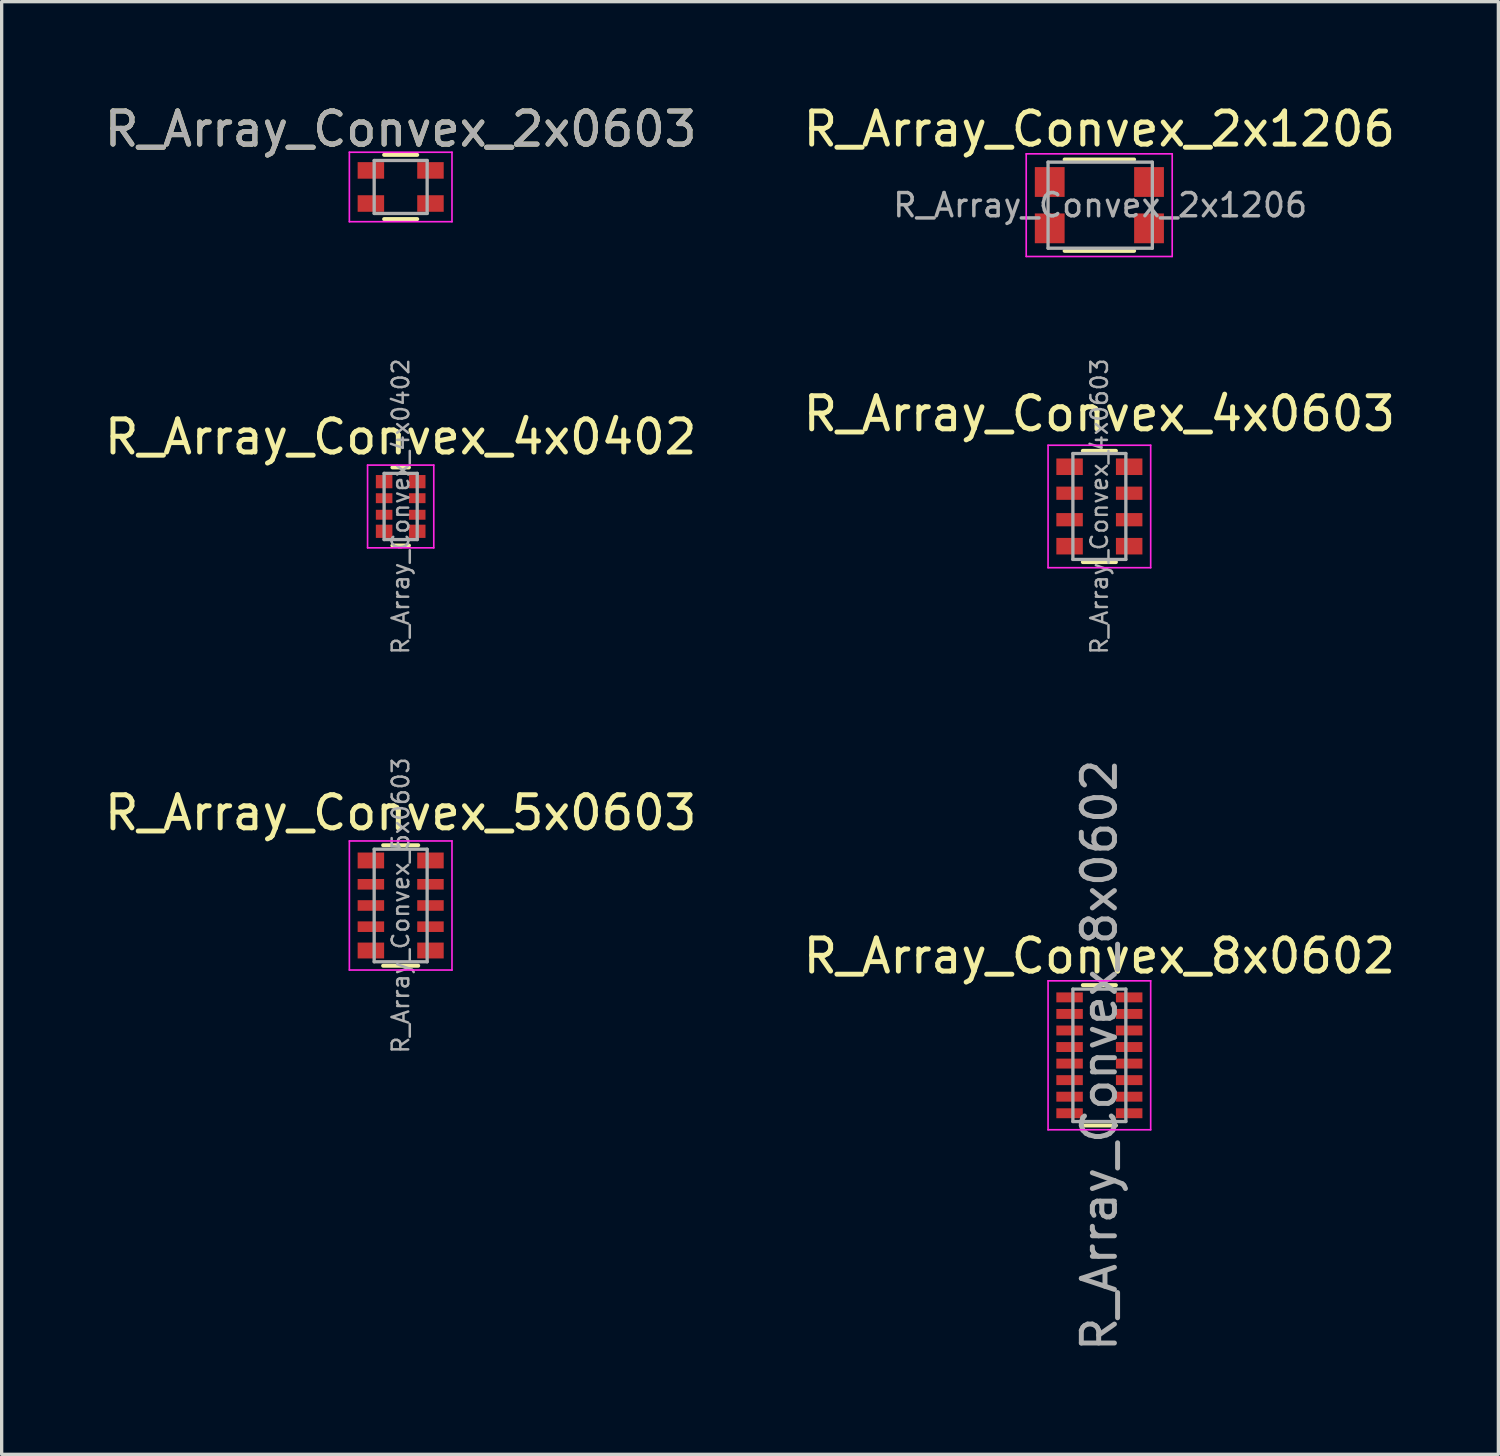
<source format=kicad_pcb>
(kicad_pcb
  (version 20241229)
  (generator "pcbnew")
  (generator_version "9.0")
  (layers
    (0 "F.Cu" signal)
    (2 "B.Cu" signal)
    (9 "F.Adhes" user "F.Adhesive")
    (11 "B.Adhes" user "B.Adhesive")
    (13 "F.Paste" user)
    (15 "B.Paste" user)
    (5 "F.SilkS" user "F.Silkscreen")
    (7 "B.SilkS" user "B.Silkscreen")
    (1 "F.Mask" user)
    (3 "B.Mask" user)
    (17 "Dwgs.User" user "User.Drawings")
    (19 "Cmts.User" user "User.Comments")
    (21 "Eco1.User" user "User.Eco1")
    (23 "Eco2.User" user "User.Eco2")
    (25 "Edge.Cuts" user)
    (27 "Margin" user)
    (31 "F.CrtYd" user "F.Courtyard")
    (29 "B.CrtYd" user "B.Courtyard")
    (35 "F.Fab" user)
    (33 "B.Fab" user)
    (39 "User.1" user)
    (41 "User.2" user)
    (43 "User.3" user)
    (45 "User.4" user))
  (footprint "R_Array_Convex_8x0602"
    (layer "F.Cu")
    (at 30.161 28.83)
    (property "Reference" "R_Array_Convex_8x0602" (at 0 -3 0) (layer "F.SilkS") (effects (font (size 1 1) (thickness 0.15))))
    (attr smd)
    (fp_line (start 0.5 -2.12) (end -0.5 -2.12) (stroke (width 0.12) (type solid)) (layer "F.SilkS"))
    (fp_line (start 0.5 2.12) (end -0.5 2.12) (stroke (width 0.12) (type solid)) (layer "F.SilkS"))
    (fp_line (start -1.55 -2.25) (end -1.55 2.25) (stroke (width 0.05) (type solid)) (layer "F.CrtYd"))
    (fp_line (start -1.55 -2.25) (end 1.55 -2.25) (stroke (width 0.05) (type solid)) (layer "F.CrtYd"))
    (fp_line (start 1.55 2.25) (end -1.55 2.25) (stroke (width 0.05) (type solid)) (layer "F.CrtYd"))
    (fp_line (start 1.55 2.25) (end 1.55 -2.25) (stroke (width 0.05) (type solid)) (layer "F.CrtYd"))
    (fp_line (start -0.8 -2) (end -0.8 2) (stroke (width 0.1) (type solid)) (layer "F.Fab"))
    (fp_line (start -0.8 2) (end 0.8 2) (stroke (width 0.1) (type solid)) (layer "F.Fab"))
    (fp_line (start 0.8 -2) (end -0.8 -2) (stroke (width 0.1) (type solid)) (layer "F.Fab"))
    (fp_line (start 0.8 2) (end 0.8 -2) (stroke (width 0.1) (type solid)) (layer "F.Fab"))
    (fp_text user "${REFERENCE}" (at 0 0 90) (layer "F.Fab") (effects (font (size 1 1) (thickness 0.15))))
    (pad "1" smd rect (at -0.9 -1.75) (size 0.8 0.3) (layers "F.Cu" "F.Mask" "F.Paste"))
    (pad "2" smd rect (at -0.9 -1.25) (size 0.8 0.3) (layers "F.Cu" "F.Mask" "F.Paste"))
    (pad "3" smd rect (at -0.9 -0.75) (size 0.8 0.3) (layers "F.Cu" "F.Mask" "F.Paste"))
    (pad "4" smd rect (at -0.9 -0.25) (size 0.8 0.3) (layers "F.Cu" "F.Mask" "F.Paste"))
    (pad "5" smd rect (at -0.9 0.25) (size 0.8 0.3) (layers "F.Cu" "F.Mask" "F.Paste"))
    (pad "6" smd rect (at -0.9 0.75) (size 0.8 0.3) (layers "F.Cu" "F.Mask" "F.Paste"))
    (pad "7" smd rect (at -0.9 1.25) (size 0.8 0.3) (layers "F.Cu" "F.Mask" "F.Paste"))
    (pad "8" smd rect (at -0.9 1.75) (size 0.8 0.3) (layers "F.Cu" "F.Mask" "F.Paste"))
    (pad "9" smd rect (at 0.9 1.75) (size 0.8 0.3) (layers "F.Cu" "F.Mask" "F.Paste"))
    (pad "10" smd rect (at 0.9 1.25) (size 0.8 0.3) (layers "F.Cu" "F.Mask" "F.Paste"))
    (pad "11" smd rect (at 0.9 0.75) (size 0.8 0.3) (layers "F.Cu" "F.Mask" "F.Paste"))
    (pad "12" smd rect (at 0.9 0.25) (size 0.8 0.3) (layers "F.Cu" "F.Mask" "F.Paste"))
    (pad "13" smd rect (at 0.9 -0.25) (size 0.8 0.3) (layers "F.Cu" "F.Mask" "F.Paste"))
    (pad "14" smd rect (at 0.9 -0.75) (size 0.8 0.3) (layers "F.Cu" "F.Mask" "F.Paste"))
    (pad "15" smd rect (at 0.9 -1.25) (size 0.8 0.3) (layers "F.Cu" "F.Mask" "F.Paste"))
    (pad "16" smd rect (at 0.9 -1.75) (size 0.8 0.3) (layers "F.Cu" "F.Mask" "F.Paste")))
  (footprint "R_Array_Convex_2x0603"
    (layer "F.Cu")
    (at 9.054 2.598)
    (property "Reference" "R_Array_Convex_2x0603" (at 0 -1.75 0) (layer "F.SilkS") (effects (font (size 1 1) (thickness 0.15))))
    (attr smd)
    (fp_line (start 0.5 -0.97) (end -0.5 -0.97) (stroke (width 0.12) (type solid)) (layer "F.SilkS"))
    (fp_line (start 0.5 0.97) (end -0.5 0.97) (stroke (width 0.12) (type solid)) (layer "F.SilkS"))
    (fp_line (start -1.55 -1.05) (end -1.55 1.05) (stroke (width 0.05) (type solid)) (layer "F.CrtYd"))
    (fp_line (start -1.55 -1.05) (end 1.55 -1.05) (stroke (width 0.05) (type solid)) (layer "F.CrtYd"))
    (fp_line (start 1.55 1.05) (end -1.55 1.05) (stroke (width 0.05) (type solid)) (layer "F.CrtYd"))
    (fp_line (start 1.55 1.05) (end 1.55 -1.05) (stroke (width 0.05) (type solid)) (layer "F.CrtYd"))
    (fp_line (start -0.8 -0.8) (end 0.8 -0.8) (stroke (width 0.1) (type solid)) (layer "F.Fab"))
    (fp_line (start -0.8 0.8) (end -0.8 -0.8) (stroke (width 0.1) (type solid)) (layer "F.Fab"))
    (fp_line (start 0.8 -0.8) (end 0.8 0.8) (stroke (width 0.1) (type solid)) (layer "F.Fab"))
    (fp_line (start 0.8 0.8) (end -0.8 0.8) (stroke (width 0.1) (type solid)) (layer "F.Fab"))
    (fp_text user "${REFERENCE}" (at 0 -1.75 0) (layer "F.Fab") (effects (font (size 1 1) (thickness 0.15))))
    (pad "1" smd rect (at -0.9 -0.5) (size 0.8 0.5) (layers "F.Cu" "F.Mask" "F.Paste"))
    (pad "2" smd rect (at -0.9 0.5) (size 0.8 0.5) (layers "F.Cu" "F.Mask" "F.Paste"))
    (pad "3" smd rect (at 0.9 0.5) (size 0.8 0.5) (layers "F.Cu" "F.Mask" "F.Paste"))
    (pad "4" smd rect (at 0.9 -0.5) (size 0.8 0.5) (layers "F.Cu" "F.Mask" "F.Paste")))
  (footprint "R_Array_Convex_4x0603"
    (layer "F.Cu")
    (at 30.161 12.25)
    (property "Reference" "R_Array_Convex_4x0603" (at 0 -2.8 0) (layer "F.SilkS") (effects (font (size 1 1) (thickness 0.15))))
    (attr smd)
    (fp_line (start 0.5 -1.68) (end -0.5 -1.68) (stroke (width 0.12) (type solid)) (layer "F.SilkS"))
    (fp_line (start 0.5 1.68) (end -0.5 1.68) (stroke (width 0.12) (type solid)) (layer "F.SilkS"))
    (fp_line (start -1.55 -1.85) (end -1.55 1.85) (stroke (width 0.05) (type solid)) (layer "F.CrtYd"))
    (fp_line (start -1.55 -1.85) (end 1.55 -1.85) (stroke (width 0.05) (type solid)) (layer "F.CrtYd"))
    (fp_line (start 1.55 1.85) (end -1.55 1.85) (stroke (width 0.05) (type solid)) (layer "F.CrtYd"))
    (fp_line (start 1.55 1.85) (end 1.55 -1.85) (stroke (width 0.05) (type solid)) (layer "F.CrtYd"))
    (fp_line (start -0.8 -1.6) (end 0.8 -1.6) (stroke (width 0.1) (type solid)) (layer "F.Fab"))
    (fp_line (start -0.8 1.6) (end -0.8 -1.6) (stroke (width 0.1) (type solid)) (layer "F.Fab"))
    (fp_line (start 0.8 -1.6) (end 0.8 1.6) (stroke (width 0.1) (type solid)) (layer "F.Fab"))
    (fp_line (start 0.8 1.6) (end -0.8 1.6) (stroke (width 0.1) (type solid)) (layer "F.Fab"))
    (fp_text user "${REFERENCE}" (at 0 0 90) (layer "F.Fab") (effects (font (size 0.5 0.5) (thickness 0.075))))
    (pad "1" smd rect (at -0.9 -1.2) (size 0.8 0.5) (layers "F.Cu" "F.Mask" "F.Paste"))
    (pad "2" smd rect (at -0.9 -0.4) (size 0.8 0.4) (layers "F.Cu" "F.Mask" "F.Paste"))
    (pad "3" smd rect (at -0.9 0.4) (size 0.8 0.4) (layers "F.Cu" "F.Mask" "F.Paste"))
    (pad "4" smd rect (at -0.9 1.2) (size 0.8 0.5) (layers "F.Cu" "F.Mask" "F.Paste"))
    (pad "5" smd rect (at 0.9 1.2) (size 0.8 0.5) (layers "F.Cu" "F.Mask" "F.Paste"))
    (pad "6" smd rect (at 0.9 0.4) (size 0.8 0.4) (layers "F.Cu" "F.Mask" "F.Paste"))
    (pad "7" smd rect (at 0.9 -0.4) (size 0.8 0.4) (layers "F.Cu" "F.Mask" "F.Paste"))
    (pad "8" smd rect (at 0.9 -1.2) (size 0.8 0.5) (layers "F.Cu" "F.Mask" "F.Paste")))
  (footprint "R_Array_Convex_4x0402"
    (layer "F.Cu")
    (at 9.054 12.25)
    (property "Reference" "R_Array_Convex_4x0402" (at 0 -2.1 0) (layer "F.SilkS") (effects (font (size 1 1) (thickness 0.15))))
    (attr smd)
    (fp_line (start 0.25 -1.18) (end -0.25 -1.18) (stroke (width 0.12) (type solid)) (layer "F.SilkS"))
    (fp_line (start 0.25 1.18) (end -0.25 1.18) (stroke (width 0.12) (type solid)) (layer "F.SilkS"))
    (fp_line (start -1 -1.25) (end -1 1.25) (stroke (width 0.05) (type solid)) (layer "F.CrtYd"))
    (fp_line (start -1 -1.25) (end 1 -1.25) (stroke (width 0.05) (type solid)) (layer "F.CrtYd"))
    (fp_line (start 1 1.25) (end -1 1.25) (stroke (width 0.05) (type solid)) (layer "F.CrtYd"))
    (fp_line (start 1 1.25) (end 1 -1.25) (stroke (width 0.05) (type solid)) (layer "F.CrtYd"))
    (fp_line (start -0.5 -1) (end 0.5 -1) (stroke (width 0.1) (type solid)) (layer "F.Fab"))
    (fp_line (start -0.5 1) (end -0.5 -1) (stroke (width 0.1) (type solid)) (layer "F.Fab"))
    (fp_line (start 0.5 -1) (end 0.5 1) (stroke (width 0.1) (type solid)) (layer "F.Fab"))
    (fp_line (start 0.5 1) (end -0.5 1) (stroke (width 0.1) (type solid)) (layer "F.Fab"))
    (fp_text user "${REFERENCE}" (at 0 0 90) (layer "F.Fab") (effects (font (size 0.5 0.5) (thickness 0.075))))
    (pad "1" smd rect (at -0.5 -0.75) (size 0.5 0.4) (layers "F.Cu" "F.Mask" "F.Paste"))
    (pad "2" smd rect (at -0.5 -0.25) (size 0.5 0.3) (layers "F.Cu" "F.Mask" "F.Paste"))
    (pad "3" smd rect (at -0.5 0.25) (size 0.5 0.3) (layers "F.Cu" "F.Mask" "F.Paste"))
    (pad "4" smd rect (at -0.5 0.75) (size 0.5 0.4) (layers "F.Cu" "F.Mask" "F.Paste"))
    (pad "5" smd rect (at 0.5 0.75) (size 0.5 0.4) (layers "F.Cu" "F.Mask" "F.Paste"))
    (pad "6" smd rect (at 0.5 0.25) (size 0.5 0.3) (layers "F.Cu" "F.Mask" "F.Paste"))
    (pad "7" smd rect (at 0.5 -0.25) (size 0.5 0.3) (layers "F.Cu" "F.Mask" "F.Paste"))
    (pad "8" smd rect (at 0.5 -0.75) (size 0.5 0.4) (layers "F.Cu" "F.Mask" "F.Paste")))
  (footprint "R_Array_Convex_2x1206"
    (layer "F.Cu")
    (at 30.161 3.148)
    (property "Reference" "R_Array_Convex_2x1206" (at 0 -2.3 0) (layer "F.SilkS") (effects (font (size 1 1) (thickness 0.15))))
    (attr smd)
    (fp_line (start 1.05 -1.38) (end -1.05 -1.38) (stroke (width 0.12) (type solid)) (layer "F.SilkS"))
    (fp_line (start 1.05 1.38) (end -1.05 1.38) (stroke (width 0.12) (type solid)) (layer "F.SilkS"))
    (fp_line (start -2.21 -1.55) (end -2.21 1.55) (stroke (width 0.05) (type solid)) (layer "F.CrtYd"))
    (fp_line (start -2.21 -1.55) (end 2.2 -1.55) (stroke (width 0.05) (type solid)) (layer "F.CrtYd"))
    (fp_line (start 2.2 1.55) (end -2.21 1.55) (stroke (width 0.05) (type solid)) (layer "F.CrtYd"))
    (fp_line (start 2.2 1.55) (end 2.2 -1.55) (stroke (width 0.05) (type solid)) (layer "F.CrtYd"))
    (fp_line (start -1.55 -1.3) (end 1.6 -1.3) (stroke (width 0.1) (type solid)) (layer "F.Fab"))
    (fp_line (start -1.55 1.3) (end -1.55 -1.3) (stroke (width 0.1) (type solid)) (layer "F.Fab"))
    (fp_line (start 1.6 -1.3) (end 1.6 1.3) (stroke (width 0.1) (type solid)) (layer "F.Fab"))
    (fp_line (start 1.6 1.3) (end -1.55 1.3) (stroke (width 0.1) (type solid)) (layer "F.Fab"))
    (fp_text user "${REFERENCE}" (at 0.025 0 0) (layer "F.Fab") (effects (font (size 0.7 0.7) (thickness 0.105))))
    (pad "1" smd rect (at -1.5 -0.7) (size 0.9 0.9) (layers "F.Cu" "F.Mask" "F.Paste"))
    (pad "2" smd rect (at -1.5 0.7) (size 0.9 0.9) (layers "F.Cu" "F.Mask" "F.Paste"))
    (pad "3" smd rect (at 1.5 0.7) (size 0.9 0.9) (layers "F.Cu" "F.Mask" "F.Paste"))
    (pad "4" smd rect (at 1.5 -0.7) (size 0.9 0.9) (layers "F.Cu" "F.Mask" "F.Paste")))
  (footprint "R_Array_Convex_5x0603"
    (layer "F.Cu")
    (at 9.054 24.304)
    (property "Reference" "R_Array_Convex_5x0603" (at 0 -2.8 0) (layer "F.SilkS") (effects (font (size 1 1) (thickness 0.15))))
    (attr smd)
    (fp_line (start 0.53 -1.82) (end -0.53 -1.82) (stroke (width 0.12) (type solid)) (layer "F.SilkS"))
    (fp_line (start 0.53 1.82) (end -0.53 1.82) (stroke (width 0.12) (type solid)) (layer "F.SilkS"))
    (fp_line (start -1.55 -1.95) (end -1.55 1.95) (stroke (width 0.05) (type solid)) (layer "F.CrtYd"))
    (fp_line (start -1.55 -1.95) (end 1.55 -1.95) (stroke (width 0.05) (type solid)) (layer "F.CrtYd"))
    (fp_line (start 1.55 1.95) (end -1.55 1.95) (stroke (width 0.05) (type solid)) (layer "F.CrtYd"))
    (fp_line (start 1.55 1.95) (end 1.55 -1.95) (stroke (width 0.05) (type solid)) (layer "F.CrtYd"))
    (fp_line (start -0.8 -1.7) (end -0.8 1.7) (stroke (width 0.1) (type solid)) (layer "F.Fab"))
    (fp_line (start -0.8 1.7) (end 0.8 1.7) (stroke (width 0.1) (type solid)) (layer "F.Fab"))
    (fp_line (start 0.8 -1.7) (end -0.8 -1.7) (stroke (width 0.1) (type solid)) (layer "F.Fab"))
    (fp_line (start 0.8 1.7) (end 0.8 -1.7) (stroke (width 0.1) (type solid)) (layer "F.Fab"))
    (fp_text user "${REFERENCE}" (at 0 0 90) (layer "F.Fab") (effects (font (size 0.5 0.5) (thickness 0.075))))
    (pad "1" smd rect (at -0.9 -1.36) (size 0.8 0.48) (layers "F.Cu" "F.Mask" "F.Paste"))
    (pad "2" smd rect (at -0.9 -0.64) (size 0.8 0.32) (layers "F.Cu" "F.Mask" "F.Paste"))
    (pad "3" smd rect (at -0.9 0) (size 0.8 0.32) (layers "F.Cu" "F.Mask" "F.Paste"))
    (pad "4" smd rect (at -0.9 0.64) (size 0.8 0.32) (layers "F.Cu" "F.Mask" "F.Paste"))
    (pad "5" smd rect (at -0.9 1.36) (size 0.8 0.48) (layers "F.Cu" "F.Mask" "F.Paste"))
    (pad "6" smd rect (at 0.9 1.36) (size 0.8 0.48) (layers "F.Cu" "F.Mask" "F.Paste"))
    (pad "7" smd rect (at 0.9 0.64) (size 0.8 0.32) (layers "F.Cu" "F.Mask" "F.Paste"))
    (pad "8" smd rect (at 0.9 0) (size 0.8 0.32) (layers "F.Cu" "F.Mask" "F.Paste"))
    (pad "9" smd rect (at 0.9 -0.64) (size 0.8 0.32) (layers "F.Cu" "F.Mask" "F.Paste"))
    (pad "10" smd rect (at 0.9 -1.36) (size 0.8 0.48) (layers "F.Cu" "F.Mask" "F.Paste")))
  (gr_rect
    (start -3 -3)
    (end 42.214 40.884)
    (stroke (width 0.1) (type default))
    (fill no)
    (layer "Edge.Cuts")))
</source>
